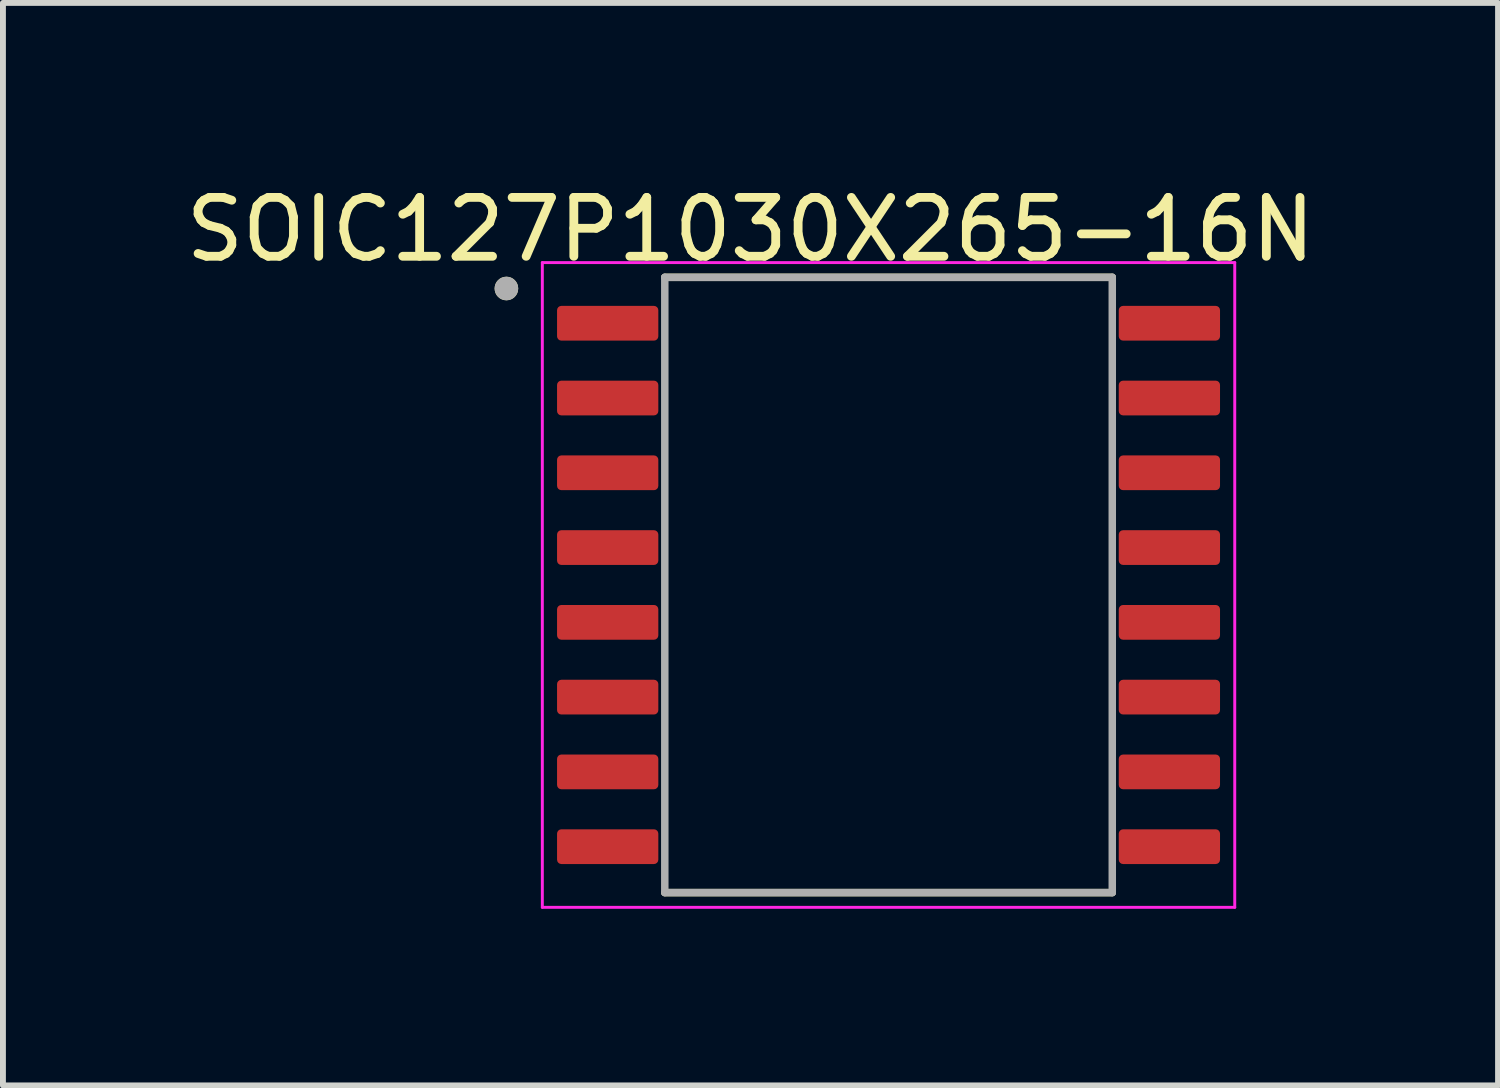
<source format=kicad_pcb>
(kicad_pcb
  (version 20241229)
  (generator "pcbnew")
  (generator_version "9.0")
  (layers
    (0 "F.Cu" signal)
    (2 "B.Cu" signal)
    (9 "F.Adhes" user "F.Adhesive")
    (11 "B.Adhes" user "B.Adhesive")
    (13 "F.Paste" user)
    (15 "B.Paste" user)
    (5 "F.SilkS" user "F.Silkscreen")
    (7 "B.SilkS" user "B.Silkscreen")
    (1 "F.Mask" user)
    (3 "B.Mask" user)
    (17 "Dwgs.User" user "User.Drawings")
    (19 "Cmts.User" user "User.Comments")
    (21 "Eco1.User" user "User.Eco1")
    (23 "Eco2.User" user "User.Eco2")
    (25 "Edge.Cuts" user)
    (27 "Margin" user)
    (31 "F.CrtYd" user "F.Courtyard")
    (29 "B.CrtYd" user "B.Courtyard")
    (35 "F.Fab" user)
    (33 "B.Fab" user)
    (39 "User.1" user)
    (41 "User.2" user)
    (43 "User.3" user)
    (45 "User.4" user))
  (footprint "SOIC127P1030X265-16N"
    (layer "F.Cu")
    (at 12.041 6.885)
    (property "Reference" "SOIC127P1030X265-16N" (at -2.345 -6.037 0) (layer "F.SilkS") (effects (font (size 1 1) (thickness 0.15))))
    (attr smd)
    (fp_line (start -3.8 -5.225) (end 3.8 -5.225) (stroke (width 0.127) (type solid)) (layer "F.SilkS"))
    (fp_line (start -3.8 5.225) (end 3.8 5.225) (stroke (width 0.127) (type solid)) (layer "F.SilkS"))
    (fp_circle (center -6.49 -5.035) (end -6.39 -5.035) (stroke (width 0.2) (type solid)) (fill no) (layer "F.SilkS"))
    (fp_line (start -5.88 -5.475) (end -5.88 5.475) (stroke (width 0.05) (type solid)) (layer "F.CrtYd"))
    (fp_line (start -5.88 -5.475) (end 5.88 -5.475) (stroke (width 0.05) (type solid)) (layer "F.CrtYd"))
    (fp_line (start -5.88 5.475) (end 5.88 5.475) (stroke (width 0.05) (type solid)) (layer "F.CrtYd"))
    (fp_line (start 5.88 -5.475) (end 5.88 5.475) (stroke (width 0.05) (type solid)) (layer "F.CrtYd"))
    (fp_line (start -3.8 -5.225) (end -3.8 5.225) (stroke (width 0.127) (type solid)) (layer "F.Fab"))
    (fp_line (start -3.8 -5.225) (end 3.8 -5.225) (stroke (width 0.127) (type solid)) (layer "F.Fab"))
    (fp_line (start -3.8 5.225) (end 3.8 5.225) (stroke (width 0.127) (type solid)) (layer "F.Fab"))
    (fp_line (start 3.8 -5.225) (end 3.8 5.225) (stroke (width 0.127) (type solid)) (layer "F.Fab"))
    (fp_circle (center -6.49 -5.035) (end -6.39 -5.035) (stroke (width 0.2) (type solid)) (fill no) (layer "F.Fab"))
    (pad "1" smd roundrect (at -4.77 -4.445) (size 1.72 0.59) (layers "F.Cu" "F.Mask" "F.Paste") (roundrect_rratio 0.125))
    (pad "2" smd roundrect (at -4.77 -3.175) (size 1.72 0.59) (layers "F.Cu" "F.Mask" "F.Paste") (roundrect_rratio 0.125))
    (pad "3" smd roundrect (at -4.77 -1.905) (size 1.72 0.59) (layers "F.Cu" "F.Mask" "F.Paste") (roundrect_rratio 0.125))
    (pad "4" smd roundrect (at -4.77 -0.635) (size 1.72 0.59) (layers "F.Cu" "F.Mask" "F.Paste") (roundrect_rratio 0.125))
    (pad "5" smd roundrect (at -4.77 0.635) (size 1.72 0.59) (layers "F.Cu" "F.Mask" "F.Paste") (roundrect_rratio 0.125))
    (pad "6" smd roundrect (at -4.77 1.905) (size 1.72 0.59) (layers "F.Cu" "F.Mask" "F.Paste") (roundrect_rratio 0.125))
    (pad "7" smd roundrect (at -4.77 3.175) (size 1.72 0.59) (layers "F.Cu" "F.Mask" "F.Paste") (roundrect_rratio 0.125))
    (pad "8" smd roundrect (at -4.77 4.445) (size 1.72 0.59) (layers "F.Cu" "F.Mask" "F.Paste") (roundrect_rratio 0.125))
    (pad "9" smd roundrect (at 4.77 4.445) (size 1.72 0.59) (layers "F.Cu" "F.Mask" "F.Paste") (roundrect_rratio 0.125))
    (pad "10" smd roundrect (at 4.77 3.175) (size 1.72 0.59) (layers "F.Cu" "F.Mask" "F.Paste") (roundrect_rratio 0.125))
    (pad "11" smd roundrect (at 4.77 1.905) (size 1.72 0.59) (layers "F.Cu" "F.Mask" "F.Paste") (roundrect_rratio 0.125))
    (pad "12" smd roundrect (at 4.77 0.635) (size 1.72 0.59) (layers "F.Cu" "F.Mask" "F.Paste") (roundrect_rratio 0.125))
    (pad "13" smd roundrect (at 4.77 -0.635) (size 1.72 0.59) (layers "F.Cu" "F.Mask" "F.Paste") (roundrect_rratio 0.125))
    (pad "14" smd roundrect (at 4.77 -1.905) (size 1.72 0.59) (layers "F.Cu" "F.Mask" "F.Paste") (roundrect_rratio 0.125))
    (pad "15" smd roundrect (at 4.77 -3.175) (size 1.72 0.59) (layers "F.Cu" "F.Mask" "F.Paste") (roundrect_rratio 0.125))
    (pad "16" smd roundrect (at 4.77 -4.445) (size 1.72 0.59) (layers "F.Cu" "F.Mask" "F.Paste") (roundrect_rratio 0.125)))
  (gr_rect
    (start -3 -3)
    (end 22.393 15.385)
    (stroke (width 0.1) (type default))
    (fill no)
    (layer "Edge.Cuts")))
</source>
